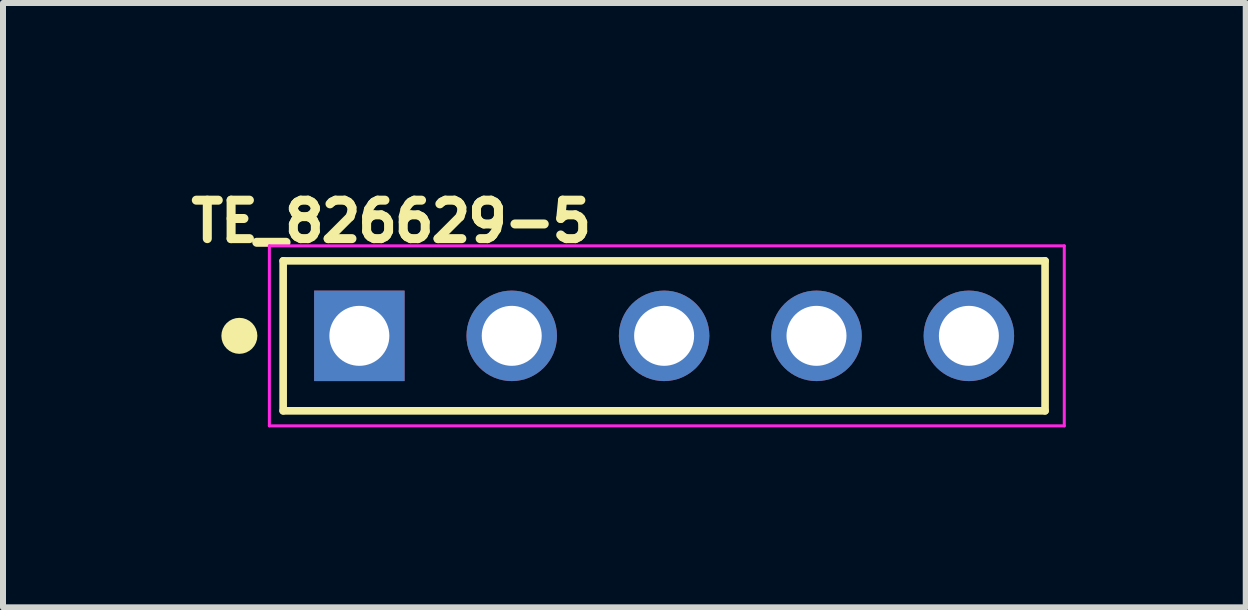
<source format=kicad_pcb>
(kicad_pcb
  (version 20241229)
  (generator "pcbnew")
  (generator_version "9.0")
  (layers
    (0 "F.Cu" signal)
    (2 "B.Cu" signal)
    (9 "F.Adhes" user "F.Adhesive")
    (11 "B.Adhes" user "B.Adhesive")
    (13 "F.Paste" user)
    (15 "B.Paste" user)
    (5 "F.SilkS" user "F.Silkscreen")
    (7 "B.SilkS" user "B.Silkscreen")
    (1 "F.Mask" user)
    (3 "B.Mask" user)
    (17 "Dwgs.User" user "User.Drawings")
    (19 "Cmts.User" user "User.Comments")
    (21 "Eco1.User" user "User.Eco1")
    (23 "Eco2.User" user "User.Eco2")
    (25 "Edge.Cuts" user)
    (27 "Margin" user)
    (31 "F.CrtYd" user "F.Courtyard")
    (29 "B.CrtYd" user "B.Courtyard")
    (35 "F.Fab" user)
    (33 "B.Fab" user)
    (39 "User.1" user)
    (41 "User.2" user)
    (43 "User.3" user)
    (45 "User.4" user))
  (footprint "TE_826629-5"
    (layer "F.Cu")
    (at 2.94 2.548)
    (property "Reference" "TE_826629-5" (at 0.533 -1.909 0) (layer "F.SilkS") (effects (font (size 0.641 0.641) (thickness 0.15))))
    (attr through_hole)
    (fp_line (start -1.27 -1.25) (end -1.27 1.25) (stroke (width 0.127) (type solid)) (layer "F.SilkS"))
    (fp_line (start -1.27 1.25) (end 11.43 1.25) (stroke (width 0.127) (type solid)) (layer "F.SilkS"))
    (fp_line (start 11.43 -1.25) (end -1.27 -1.25) (stroke (width 0.127) (type solid)) (layer "F.SilkS"))
    (fp_line (start 11.43 1.25) (end 11.43 -1.25) (stroke (width 0.127) (type solid)) (layer "F.SilkS"))
    (fp_circle (center -2 0) (end -1.85 0) (stroke (width 0.3) (type solid)) (fill no) (layer "F.SilkS"))
    (fp_line (start -1.5 -1.5) (end -1.5 1.5) (stroke (width 0.05) (type solid)) (layer "F.CrtYd"))
    (fp_line (start -1.5 1.5) (end 11.75 1.5) (stroke (width 0.05) (type solid)) (layer "F.CrtYd"))
    (fp_line (start 11.75 -1.5) (end -1.5 -1.5) (stroke (width 0.05) (type solid)) (layer "F.CrtYd"))
    (fp_line (start 11.75 1.5) (end 11.75 -1.5) (stroke (width 0.05) (type solid)) (layer "F.CrtYd"))
    (pad "1" thru_hole rect (at 0 0) (size 1.508 1.508) (drill 1) (layers "*.Cu" "*.Mask"))
    (pad "2" thru_hole circle (at 2.54 0) (size 1.508 1.508) (drill 1) (layers "*.Cu" "*.Mask"))
    (pad "3" thru_hole circle (at 5.08 0) (size 1.508 1.508) (drill 1) (layers "*.Cu" "*.Mask"))
    (pad "4" thru_hole circle (at 7.62 0) (size 1.508 1.508) (drill 1) (layers "*.Cu" "*.Mask"))
    (pad "5" thru_hole circle (at 10.16 0) (size 1.508 1.508) (drill 1) (layers "*.Cu" "*.Mask")))
  (gr_rect
    (start -3 -3)
    (end 17.715 7.073)
    (stroke (width 0.1) (type default))
    (fill no)
    (layer "Edge.Cuts")))
</source>
